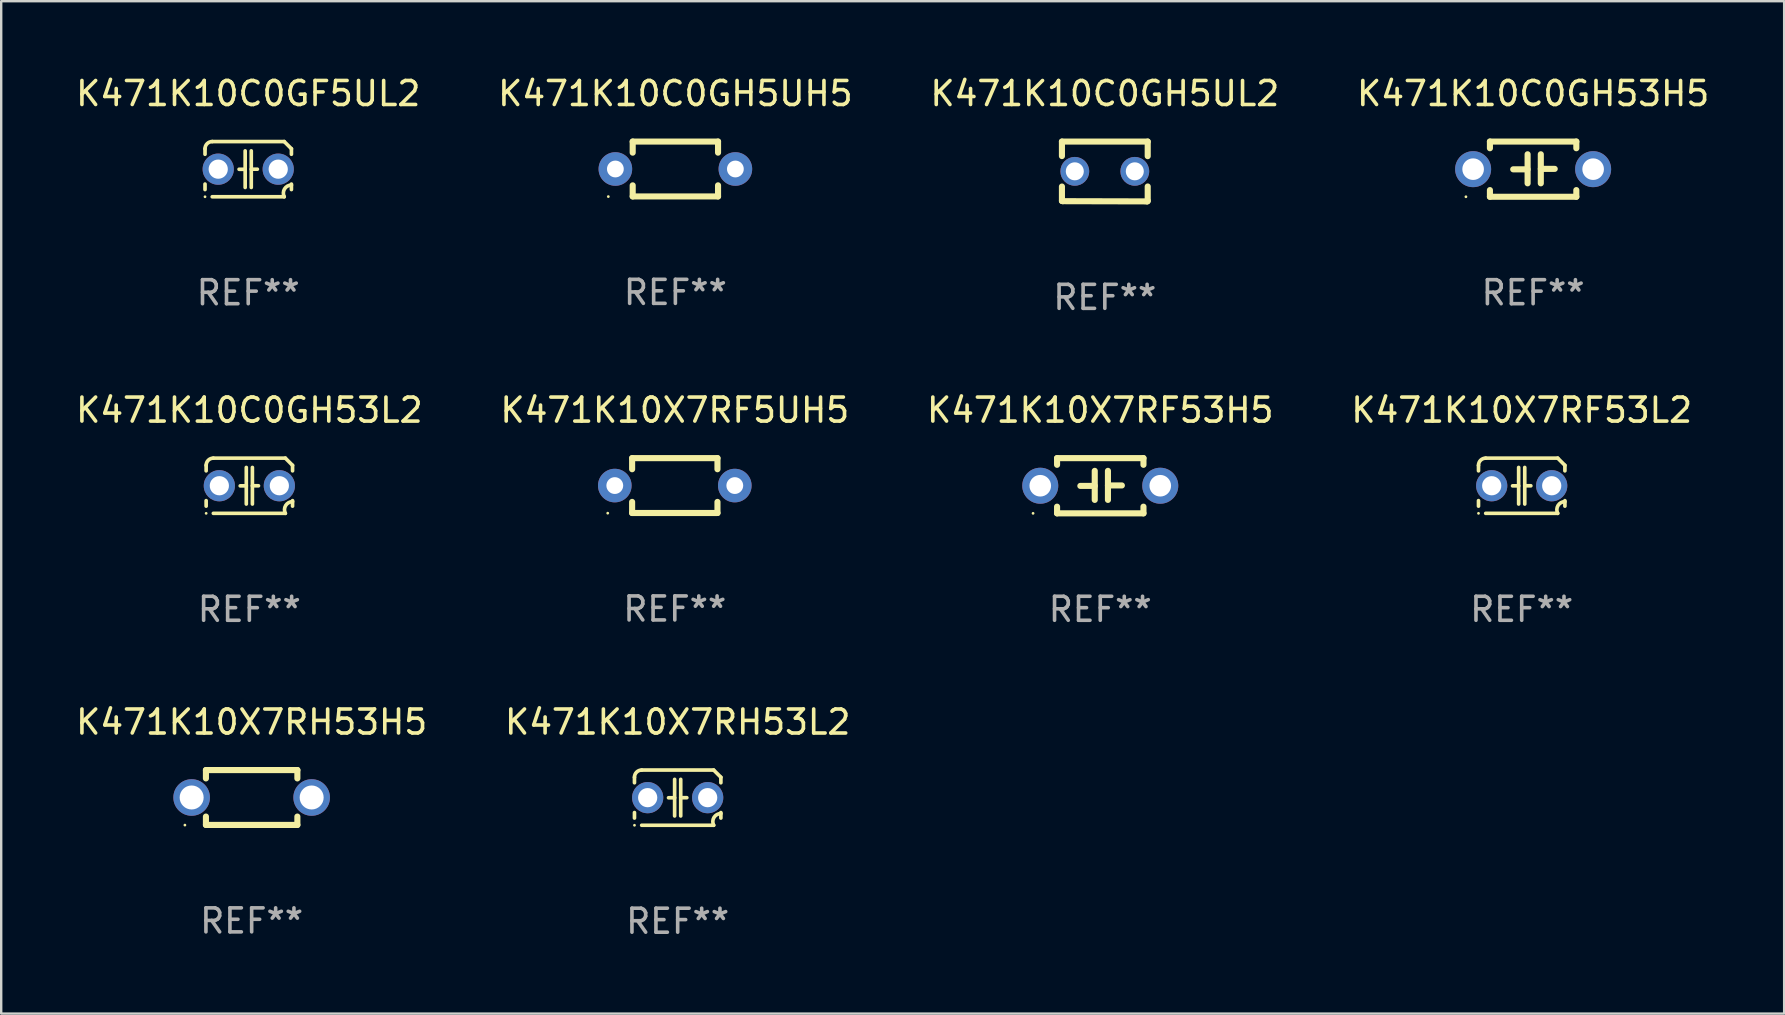
<source format=kicad_pcb>
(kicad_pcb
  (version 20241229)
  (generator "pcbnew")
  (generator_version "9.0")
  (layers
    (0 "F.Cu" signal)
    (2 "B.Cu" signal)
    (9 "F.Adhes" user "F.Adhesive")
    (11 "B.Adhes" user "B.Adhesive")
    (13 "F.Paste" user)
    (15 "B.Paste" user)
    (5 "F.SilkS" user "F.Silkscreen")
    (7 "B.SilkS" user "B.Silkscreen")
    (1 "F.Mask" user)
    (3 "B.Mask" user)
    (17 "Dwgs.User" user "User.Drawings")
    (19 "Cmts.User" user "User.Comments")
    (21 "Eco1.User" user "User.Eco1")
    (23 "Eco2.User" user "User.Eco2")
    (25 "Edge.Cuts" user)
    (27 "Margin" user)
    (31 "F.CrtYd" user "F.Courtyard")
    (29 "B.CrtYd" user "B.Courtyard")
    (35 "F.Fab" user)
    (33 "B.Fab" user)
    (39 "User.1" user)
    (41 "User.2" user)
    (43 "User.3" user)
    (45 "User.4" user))
  (footprint "K471K10X7RF53L2"
    (layer "F.Cu")
    (at 60.351 17.188)
    (property "Reference" "K471K10X7RF53L2" (at 0 -3.15 0) (layer "F.SilkS") (effects (font (size 1 1) (thickness 0.15))))
    (attr through_hole)
    (fp_line (start -1.8 -0.621) (end -1.8 -0.85) (stroke (width 0.152) (type solid)) (layer "F.SilkS"))
    (fp_line (start -1.8 0.85) (end -1.8 0.621) (stroke (width 0.152) (type solid)) (layer "F.SilkS"))
    (fp_line (start -1.5 -1.15) (end 1.5 -1.15) (stroke (width 0.152) (type solid)) (layer "F.SilkS"))
    (fp_line (start -0.127 -0.762) (end -0.127 0.762) (stroke (width 0.152) (type solid)) (layer "F.SilkS"))
    (fp_line (start -0.127 0.005) (end -0.381 0.005) (stroke (width 0.152) (type solid)) (layer "F.SilkS"))
    (fp_line (start 0.127 -0.762) (end 0.127 0.762) (stroke (width 0.152) (type solid)) (layer "F.SilkS"))
    (fp_line (start 0.127 0.002) (end 0.381 0.002) (stroke (width 0.152) (type solid)) (layer "F.SilkS"))
    (fp_line (start 1.5 1.15) (end -1.5 1.15) (stroke (width 0.152) (type solid)) (layer "F.SilkS"))
    (fp_line (start 1.8 -0.85) (end 1.8 -0.621) (stroke (width 0.152) (type solid)) (layer "F.SilkS"))
    (fp_line (start 1.8 0.621) (end 1.8 0.85) (stroke (width 0.152) (type solid)) (layer "F.SilkS"))
    (fp_arc (start -1.799975 -0.849987) (mid -1.712107 -1.062119) (end -1.499975 -1.149987) (stroke (width 0.151994) (type solid)) (layer "F.SilkS"))
    (fp_arc (start 1.499975 1.149987) (mid 1.513726 0.822359) (end 1.799975 0.662387) (stroke (width 0.151994) (type solid)) (layer "F.SilkS"))
    (fp_arc (start 1.500001 -1.149986) (mid 1.650015 -1.000001) (end 1.8 -0.849987) (stroke (width 0.151994) (type solid)) (layer "F.SilkS"))
    (fp_circle (center -1.8 1.15) (end -1.77 1.15) (stroke (width 0.06) (type solid)) (fill no) (layer "F.SilkS"))
    (fp_text user "REF**" (at 0 5.15 0) (layer "F.Fab") (effects (font (size 1 1) (thickness 0.15))))
    (pad "1" thru_hole circle (at -1.25 0) (size 1.3 1.3) (drill 0.8) (layers "*.Cu" "*.Mask"))
    (pad "2" thru_hole circle (at 1.25 0) (size 1.3 1.3) (drill 0.8) (layers "*.Cu" "*.Mask")))
  (footprint "K471K10C0GF5UL2"
    (layer "F.Cu")
    (at 7.292 3.998)
    (property "Reference" "K471K10C0GF5UL2" (at 0 -3.15 0) (layer "F.SilkS") (effects (font (size 1 1) (thickness 0.15))))
    (attr through_hole)
    (fp_line (start -1.8 -0.621) (end -1.8 -0.85) (stroke (width 0.152) (type solid)) (layer "F.SilkS"))
    (fp_line (start -1.8 0.85) (end -1.8 0.621) (stroke (width 0.152) (type solid)) (layer "F.SilkS"))
    (fp_line (start -1.5 -1.15) (end 1.5 -1.15) (stroke (width 0.152) (type solid)) (layer "F.SilkS"))
    (fp_line (start -0.127 -0.762) (end -0.127 0.762) (stroke (width 0.152) (type solid)) (layer "F.SilkS"))
    (fp_line (start -0.127 0.005) (end -0.381 0.005) (stroke (width 0.152) (type solid)) (layer "F.SilkS"))
    (fp_line (start 0.127 -0.762) (end 0.127 0.762) (stroke (width 0.152) (type solid)) (layer "F.SilkS"))
    (fp_line (start 0.127 0.002) (end 0.381 0.002) (stroke (width 0.152) (type solid)) (layer "F.SilkS"))
    (fp_line (start 1.5 1.15) (end -1.5 1.15) (stroke (width 0.152) (type solid)) (layer "F.SilkS"))
    (fp_line (start 1.8 -0.85) (end 1.8 -0.621) (stroke (width 0.152) (type solid)) (layer "F.SilkS"))
    (fp_line (start 1.8 0.621) (end 1.8 0.85) (stroke (width 0.152) (type solid)) (layer "F.SilkS"))
    (fp_arc (start -1.799975 -0.849987) (mid -1.712107 -1.062119) (end -1.499975 -1.149987) (stroke (width 0.151994) (type solid)) (layer "F.SilkS"))
    (fp_arc (start 1.499975 1.149987) (mid 1.513726 0.822359) (end 1.799975 0.662387) (stroke (width 0.151994) (type solid)) (layer "F.SilkS"))
    (fp_arc (start 1.500001 -1.149986) (mid 1.650015 -1.000001) (end 1.8 -0.849987) (stroke (width 0.151994) (type solid)) (layer "F.SilkS"))
    (fp_circle (center -1.8 1.15) (end -1.77 1.15) (stroke (width 0.06) (type solid)) (fill no) (layer "F.SilkS"))
    (fp_text user "REF**" (at 0 5.15 0) (layer "F.Fab") (effects (font (size 1 1) (thickness 0.15))))
    (pad "1" thru_hole circle (at -1.25 0) (size 1.3 1.3) (drill 0.8) (layers "*.Cu" "*.Mask"))
    (pad "2" thru_hole circle (at 1.25 0) (size 1.3 1.3) (drill 0.8) (layers "*.Cu" "*.Mask")))
  (footprint "K471K10C0GH5UL2"
    (layer "F.Cu")
    (at 42.982 4.095)
    (property "Reference" "K471K10C0GH5UL2" (at 0 -3.246 0) (layer "F.SilkS") (effects (font (size 1 1) (thickness 0.15))))
    (attr through_hole)
    (fp_line (start -1.787 -1.246) (end -1.787 -0.642) (stroke (width 0.254) (type solid)) (layer "F.SilkS"))
    (fp_line (start -1.787 0.627) (end -1.787 1.228) (stroke (width 0.254) (type solid)) (layer "F.SilkS"))
    (fp_line (start -1.787 1.228) (end -1.75 1.237) (stroke (width 0.254) (type solid)) (layer "F.SilkS"))
    (fp_line (start -1.75 1.237) (end 1.759 1.246) (stroke (width 0.254) (type solid)) (layer "F.SilkS"))
    (fp_line (start 1.759 1.246) (end 1.787 1.218) (stroke (width 0.254) (type solid)) (layer "F.SilkS"))
    (fp_line (start 1.787 -1.246) (end -1.787 -1.246) (stroke (width 0.254) (type solid)) (layer "F.SilkS"))
    (fp_line (start 1.787 -0.639) (end 1.787 -1.246) (stroke (width 0.254) (type solid)) (layer "F.SilkS"))
    (fp_line (start 1.787 1.237) (end 1.787 0.625) (stroke (width 0.254) (type solid)) (layer "F.SilkS"))
    (fp_circle (center -1.801 1.243) (end -1.771 1.243) (stroke (width 0.06) (type solid)) (fill no) (layer "F.SilkS"))
    (fp_text user "REF**" (at 0 5.246 0) (layer "F.Fab") (effects (font (size 1 1) (thickness 0.15))))
    (pad "1" thru_hole circle (at -1.251 -0.007) (size 1.2 1.2) (drill 0.75) (layers "*.Cu" "*.Mask"))
    (pad "2" thru_hole circle (at 1.249 -0.007) (size 1.2 1.2) (drill 0.75) (layers "*.Cu" "*.Mask")))
  (footprint "K471K10X7RH53L2"
    (layer "F.Cu")
    (at 25.185 30.184)
    (property "Reference" "K471K10X7RH53L2" (at 0 -3.15 0) (layer "F.SilkS") (effects (font (size 1 1) (thickness 0.15))))
    (attr through_hole)
    (fp_line (start -1.8 -0.621) (end -1.8 -0.85) (stroke (width 0.152) (type solid)) (layer "F.SilkS"))
    (fp_line (start -1.8 0.85) (end -1.8 0.621) (stroke (width 0.152) (type solid)) (layer "F.SilkS"))
    (fp_line (start -1.5 -1.15) (end 1.5 -1.15) (stroke (width 0.152) (type solid)) (layer "F.SilkS"))
    (fp_line (start -0.127 -0.762) (end -0.127 0.762) (stroke (width 0.152) (type solid)) (layer "F.SilkS"))
    (fp_line (start -0.127 0.005) (end -0.381 0.005) (stroke (width 0.152) (type solid)) (layer "F.SilkS"))
    (fp_line (start 0.127 -0.762) (end 0.127 0.762) (stroke (width 0.152) (type solid)) (layer "F.SilkS"))
    (fp_line (start 0.127 0.002) (end 0.381 0.002) (stroke (width 0.152) (type solid)) (layer "F.SilkS"))
    (fp_line (start 1.5 1.15) (end -1.5 1.15) (stroke (width 0.152) (type solid)) (layer "F.SilkS"))
    (fp_line (start 1.8 -0.85) (end 1.8 -0.621) (stroke (width 0.152) (type solid)) (layer "F.SilkS"))
    (fp_line (start 1.8 0.621) (end 1.8 0.85) (stroke (width 0.152) (type solid)) (layer "F.SilkS"))
    (fp_arc (start -1.799975 -0.849987) (mid -1.712107 -1.062119) (end -1.499975 -1.149987) (stroke (width 0.151994) (type solid)) (layer "F.SilkS"))
    (fp_arc (start 1.499975 1.149987) (mid 1.513726 0.822359) (end 1.799975 0.662387) (stroke (width 0.151994) (type solid)) (layer "F.SilkS"))
    (fp_arc (start 1.500001 -1.149986) (mid 1.650015 -1.000001) (end 1.8 -0.849987) (stroke (width 0.151994) (type solid)) (layer "F.SilkS"))
    (fp_circle (center -1.8 1.15) (end -1.77 1.15) (stroke (width 0.06) (type solid)) (fill no) (layer "F.SilkS"))
    (fp_text user "REF**" (at 0 5.15 0) (layer "F.Fab") (effects (font (size 1 1) (thickness 0.15))))
    (pad "1" thru_hole circle (at -1.25 0) (size 1.3 1.3) (drill 0.8) (layers "*.Cu" "*.Mask"))
    (pad "2" thru_hole circle (at 1.25 0) (size 1.3 1.3) (drill 0.8) (layers "*.Cu" "*.Mask")))
  (footprint "K471K10X7RF5UH5"
    (layer "F.Cu")
    (at 25.065 17.181)
    (property "Reference" "K471K10X7RF5UH5" (at 0 -3.143 0) (layer "F.SilkS") (effects (font (size 1 1) (thickness 0.15))))
    (attr through_hole)
    (fp_line (start -1.778 -1.143) (end 1.778 -1.143) (stroke (width 0.254) (type solid)) (layer "F.SilkS"))
    (fp_line (start -1.778 -0.681) (end -1.778 -1.143) (stroke (width 0.254) (type solid)) (layer "F.SilkS"))
    (fp_line (start -1.778 1.143) (end -1.778 0.681) (stroke (width 0.254) (type solid)) (layer "F.SilkS"))
    (fp_line (start 1.778 -1.143) (end 1.778 -0.681) (stroke (width 0.254) (type solid)) (layer "F.SilkS"))
    (fp_line (start 1.778 0.681) (end 1.778 1.143) (stroke (width 0.254) (type solid)) (layer "F.SilkS"))
    (fp_line (start 1.778 1.143) (end -1.778 1.143) (stroke (width 0.254) (type solid)) (layer "F.SilkS"))
    (fp_circle (center -2.794 1.15) (end -2.764 1.15) (stroke (width 0.06) (type solid)) (fill no) (layer "F.SilkS"))
    (fp_text user "REF**" (at 0 5.143 0) (layer "F.Fab") (effects (font (size 1 1) (thickness 0.15))))
    (pad "1" thru_hole circle (at -2.5 0) (size 1.4 1.4) (drill 0.7) (layers "*.Cu" "*.Mask"))
    (pad "2" thru_hole circle (at 2.5 0) (size 1.4 1.4) (drill 0.7) (layers "*.Cu" "*.Mask")))
  (footprint "K471K10X7RH53H5"
    (layer "F.Cu")
    (at 7.435 30.177)
    (property "Reference" "K471K10X7RH53H5" (at 0 -3.143 0) (layer "F.SilkS") (effects (font (size 1 1) (thickness 0.15))))
    (attr through_hole)
    (fp_line (start -1.905 -1.143) (end 1.905 -1.143) (stroke (width 0.254) (type solid)) (layer "F.SilkS"))
    (fp_line (start -1.905 -0.795) (end -1.905 -1.143) (stroke (width 0.254) (type solid)) (layer "F.SilkS"))
    (fp_line (start -1.905 1.143) (end -1.905 0.795) (stroke (width 0.254) (type solid)) (layer "F.SilkS"))
    (fp_line (start 1.905 -1.143) (end 1.905 -0.795) (stroke (width 0.254) (type solid)) (layer "F.SilkS"))
    (fp_line (start 1.905 0.795) (end 1.905 1.143) (stroke (width 0.254) (type solid)) (layer "F.SilkS"))
    (fp_line (start 1.905 1.143) (end -1.905 1.143) (stroke (width 0.254) (type solid)) (layer "F.SilkS"))
    (fp_circle (center -2.781 1.15) (end -2.751 1.15) (stroke (width 0.06) (type solid)) (fill no) (layer "F.SilkS"))
    (fp_text user "REF**" (at 0 5.143 0) (layer "F.Fab") (effects (font (size 1 1) (thickness 0.15))))
    (pad "1" thru_hole circle (at -2.5 0) (size 1.524 1.524) (drill 1) (layers "*.Cu" "*.Mask"))
    (pad "2" thru_hole circle (at 2.5 0) (size 1.524 1.524) (drill 1) (layers "*.Cu" "*.Mask")))
  (footprint "K471K10X7RF53H5"
    (layer "F.Cu")
    (at 42.792 17.188)
    (property "Reference" "K471K10X7RF53H5" (at 0 -3.15 0) (layer "F.SilkS") (effects (font (size 1 1) (thickness 0.15))))
    (attr through_hole)
    (fp_line (start -1.8 -1.15) (end -1.8 -0.872) (stroke (width 0.254) (type solid)) (layer "F.SilkS"))
    (fp_line (start -1.8 -1.15) (end 1.8 -1.15) (stroke (width 0.254) (type solid)) (layer "F.SilkS"))
    (fp_line (start -1.8 0.872) (end -1.8 1.15) (stroke (width 0.254) (type solid)) (layer "F.SilkS"))
    (fp_line (start -1.8 1.15) (end 1.8 1.15) (stroke (width 0.254) (type solid)) (layer "F.SilkS"))
    (fp_line (start -0.23 -0.62) (end -0.23 0.59) (stroke (width 0.254) (type solid)) (layer "F.SilkS"))
    (fp_line (start -0.23 0.007) (end -0.83 0.007) (stroke (width 0.254) (type solid)) (layer "F.SilkS"))
    (fp_line (start 0.32 -0.62) (end 0.32 0.59) (stroke (width 0.254) (type solid)) (layer "F.SilkS"))
    (fp_line (start 0.32 -0.012) (end 0.9 -0.012) (stroke (width 0.254) (type solid)) (layer "F.SilkS"))
    (fp_line (start 1.8 -1.15) (end 1.8 -0.872) (stroke (width 0.254) (type solid)) (layer "F.SilkS"))
    (fp_line (start 1.8 0.872) (end 1.8 1.15) (stroke (width 0.254) (type solid)) (layer "F.SilkS"))
    (fp_circle (center -2.8 1.15) (end -2.77 1.15) (stroke (width 0.06) (type solid)) (fill no) (layer "F.SilkS"))
    (fp_text user "REF**" (at 0 5.15 0) (layer "F.Fab") (effects (font (size 1 1) (thickness 0.15))))
    (pad "1" thru_hole circle (at -2.5 0) (size 1.5 1.5) (drill 0.9) (layers "*.Cu" "*.Mask"))
    (pad "2" thru_hole circle (at 2.5 0) (size 1.5 1.5) (drill 0.9) (layers "*.Cu" "*.Mask")))
  (footprint "K471K10C0GH5UH5"
    (layer "F.Cu")
    (at 25.089 3.991)
    (property "Reference" "K471K10C0GH5UH5" (at 0 -3.143 0) (layer "F.SilkS") (effects (font (size 1 1) (thickness 0.15))))
    (attr through_hole)
    (fp_line (start -1.778 -1.143) (end 1.778 -1.143) (stroke (width 0.254) (type solid)) (layer "F.SilkS"))
    (fp_line (start -1.778 -0.681) (end -1.778 -1.143) (stroke (width 0.254) (type solid)) (layer "F.SilkS"))
    (fp_line (start -1.778 1.143) (end -1.778 0.681) (stroke (width 0.254) (type solid)) (layer "F.SilkS"))
    (fp_line (start 1.778 -1.143) (end 1.778 -0.681) (stroke (width 0.254) (type solid)) (layer "F.SilkS"))
    (fp_line (start 1.778 0.681) (end 1.778 1.143) (stroke (width 0.254) (type solid)) (layer "F.SilkS"))
    (fp_line (start 1.778 1.143) (end -1.778 1.143) (stroke (width 0.254) (type solid)) (layer "F.SilkS"))
    (fp_circle (center -2.794 1.15) (end -2.764 1.15) (stroke (width 0.06) (type solid)) (fill no) (layer "F.SilkS"))
    (fp_text user "REF**" (at 0 5.143 0) (layer "F.Fab") (effects (font (size 1 1) (thickness 0.15))))
    (pad "1" thru_hole circle (at -2.5 0) (size 1.4 1.4) (drill 0.7) (layers "*.Cu" "*.Mask"))
    (pad "2" thru_hole circle (at 2.5 0) (size 1.4 1.4) (drill 0.7) (layers "*.Cu" "*.Mask")))
  (footprint "K471K10C0GH53H5"
    (layer "F.Cu")
    (at 60.827 3.998)
    (property "Reference" "K471K10C0GH53H5" (at 0 -3.15 0) (layer "F.SilkS") (effects (font (size 1 1) (thickness 0.15))))
    (attr through_hole)
    (fp_line (start -1.8 -1.15) (end -1.8 -0.872) (stroke (width 0.254) (type solid)) (layer "F.SilkS"))
    (fp_line (start -1.8 -1.15) (end 1.8 -1.15) (stroke (width 0.254) (type solid)) (layer "F.SilkS"))
    (fp_line (start -1.8 0.872) (end -1.8 1.15) (stroke (width 0.254) (type solid)) (layer "F.SilkS"))
    (fp_line (start -1.8 1.15) (end 1.8 1.15) (stroke (width 0.254) (type solid)) (layer "F.SilkS"))
    (fp_line (start -0.23 -0.62) (end -0.23 0.59) (stroke (width 0.254) (type solid)) (layer "F.SilkS"))
    (fp_line (start -0.23 0.007) (end -0.83 0.007) (stroke (width 0.254) (type solid)) (layer "F.SilkS"))
    (fp_line (start 0.32 -0.62) (end 0.32 0.59) (stroke (width 0.254) (type solid)) (layer "F.SilkS"))
    (fp_line (start 0.32 -0.012) (end 0.9 -0.012) (stroke (width 0.254) (type solid)) (layer "F.SilkS"))
    (fp_line (start 1.8 -1.15) (end 1.8 -0.872) (stroke (width 0.254) (type solid)) (layer "F.SilkS"))
    (fp_line (start 1.8 0.872) (end 1.8 1.15) (stroke (width 0.254) (type solid)) (layer "F.SilkS"))
    (fp_circle (center -2.8 1.15) (end -2.77 1.15) (stroke (width 0.06) (type solid)) (fill no) (layer "F.SilkS"))
    (fp_text user "REF**" (at 0 5.15 0) (layer "F.Fab") (effects (font (size 1 1) (thickness 0.15))))
    (pad "1" thru_hole circle (at -2.5 0) (size 1.5 1.5) (drill 0.9) (layers "*.Cu" "*.Mask"))
    (pad "2" thru_hole circle (at 2.5 0) (size 1.5 1.5) (drill 0.9) (layers "*.Cu" "*.Mask")))
  (footprint "K471K10C0GH53L2"
    (layer "F.Cu")
    (at 7.339 17.188)
    (property "Reference" "K471K10C0GH53L2" (at 0 -3.15 0) (layer "F.SilkS") (effects (font (size 1 1) (thickness 0.15))))
    (attr through_hole)
    (fp_line (start -1.8 -0.621) (end -1.8 -0.85) (stroke (width 0.152) (type solid)) (layer "F.SilkS"))
    (fp_line (start -1.8 0.85) (end -1.8 0.621) (stroke (width 0.152) (type solid)) (layer "F.SilkS"))
    (fp_line (start -1.5 -1.15) (end 1.5 -1.15) (stroke (width 0.152) (type solid)) (layer "F.SilkS"))
    (fp_line (start -0.127 -0.762) (end -0.127 0.762) (stroke (width 0.152) (type solid)) (layer "F.SilkS"))
    (fp_line (start -0.127 0.005) (end -0.381 0.005) (stroke (width 0.152) (type solid)) (layer "F.SilkS"))
    (fp_line (start 0.127 -0.762) (end 0.127 0.762) (stroke (width 0.152) (type solid)) (layer "F.SilkS"))
    (fp_line (start 0.127 0.002) (end 0.381 0.002) (stroke (width 0.152) (type solid)) (layer "F.SilkS"))
    (fp_line (start 1.5 1.15) (end -1.5 1.15) (stroke (width 0.152) (type solid)) (layer "F.SilkS"))
    (fp_line (start 1.8 -0.85) (end 1.8 -0.621) (stroke (width 0.152) (type solid)) (layer "F.SilkS"))
    (fp_line (start 1.8 0.621) (end 1.8 0.85) (stroke (width 0.152) (type solid)) (layer "F.SilkS"))
    (fp_arc (start -1.799975 -0.849987) (mid -1.712107 -1.062119) (end -1.499975 -1.149987) (stroke (width 0.151994) (type solid)) (layer "F.SilkS"))
    (fp_arc (start 1.499975 1.149987) (mid 1.513726 0.822359) (end 1.799975 0.662387) (stroke (width 0.151994) (type solid)) (layer "F.SilkS"))
    (fp_arc (start 1.500001 -1.149986) (mid 1.650015 -1.000001) (end 1.8 -0.849987) (stroke (width 0.151994) (type solid)) (layer "F.SilkS"))
    (fp_circle (center -1.8 1.15) (end -1.77 1.15) (stroke (width 0.06) (type solid)) (fill no) (layer "F.SilkS"))
    (fp_text user "REF**" (at 0 5.15 0) (layer "F.Fab") (effects (font (size 1 1) (thickness 0.15))))
    (pad "1" thru_hole circle (at -1.25 0) (size 1.3 1.3) (drill 0.8) (layers "*.Cu" "*.Mask"))
    (pad "2" thru_hole circle (at 1.25 0) (size 1.3 1.3) (drill 0.8) (layers "*.Cu" "*.Mask")))
  (gr_rect
    (start -3 -3)
    (end 71.286 39.182)
    (stroke (width 0.1) (type default))
    (fill no)
    (layer "Edge.Cuts")))
</source>
